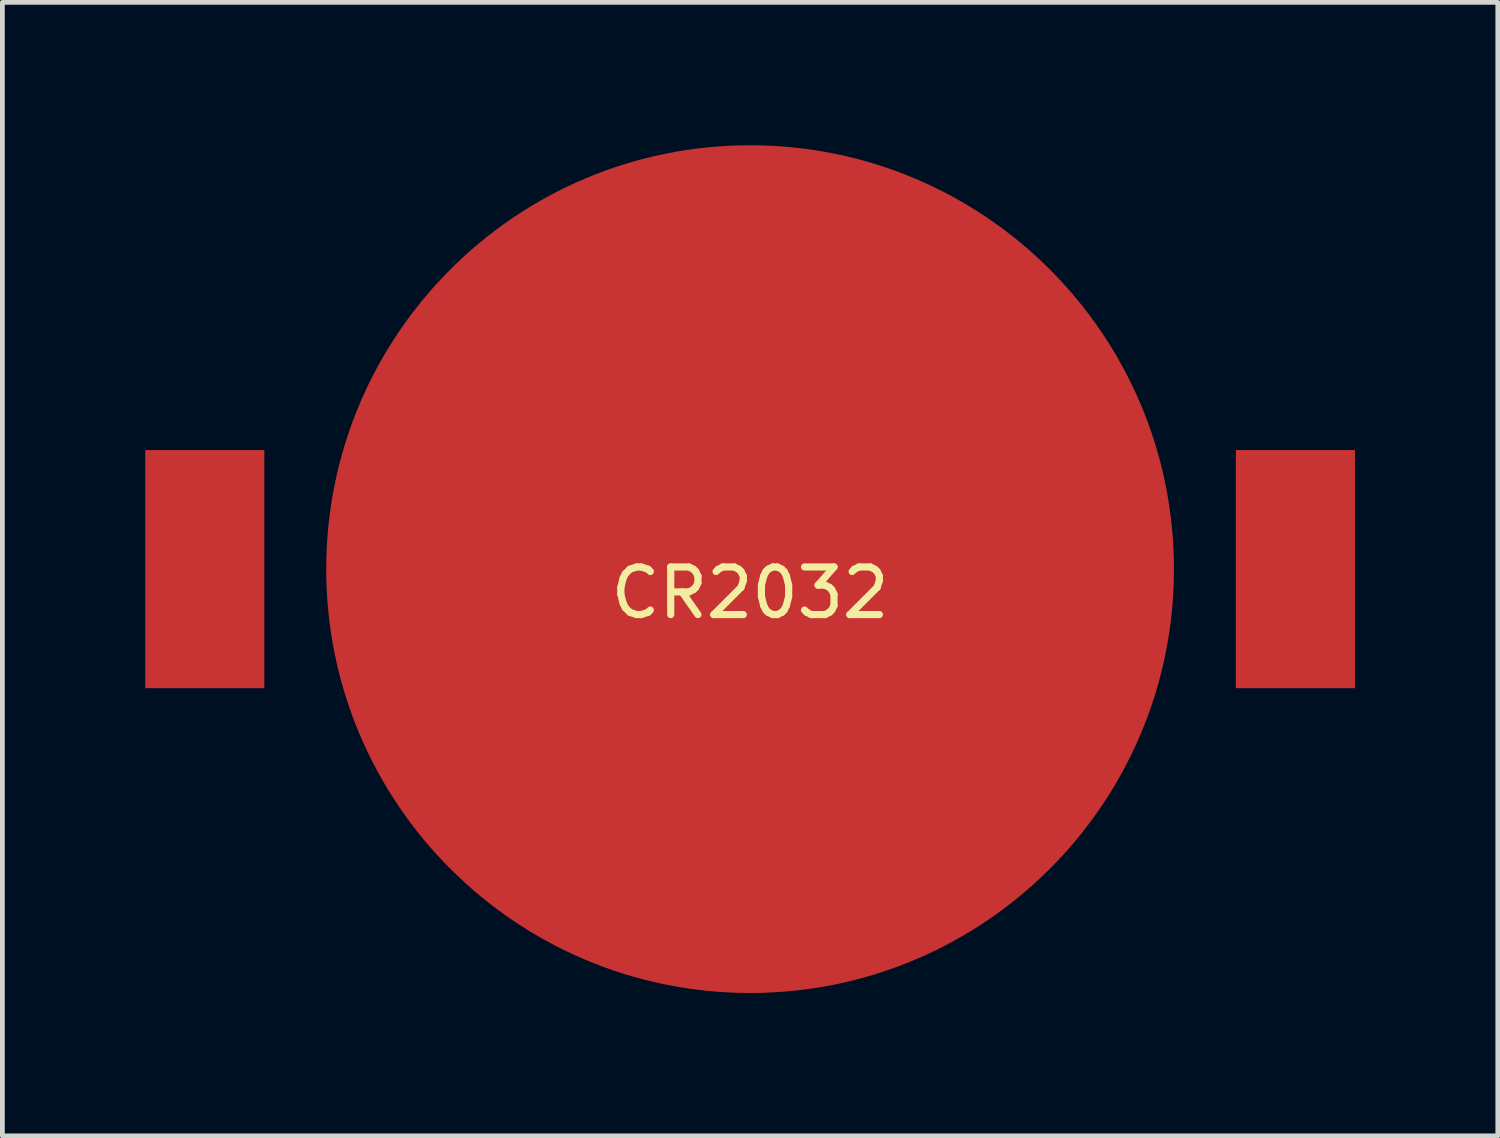
<source format=kicad_pcb>
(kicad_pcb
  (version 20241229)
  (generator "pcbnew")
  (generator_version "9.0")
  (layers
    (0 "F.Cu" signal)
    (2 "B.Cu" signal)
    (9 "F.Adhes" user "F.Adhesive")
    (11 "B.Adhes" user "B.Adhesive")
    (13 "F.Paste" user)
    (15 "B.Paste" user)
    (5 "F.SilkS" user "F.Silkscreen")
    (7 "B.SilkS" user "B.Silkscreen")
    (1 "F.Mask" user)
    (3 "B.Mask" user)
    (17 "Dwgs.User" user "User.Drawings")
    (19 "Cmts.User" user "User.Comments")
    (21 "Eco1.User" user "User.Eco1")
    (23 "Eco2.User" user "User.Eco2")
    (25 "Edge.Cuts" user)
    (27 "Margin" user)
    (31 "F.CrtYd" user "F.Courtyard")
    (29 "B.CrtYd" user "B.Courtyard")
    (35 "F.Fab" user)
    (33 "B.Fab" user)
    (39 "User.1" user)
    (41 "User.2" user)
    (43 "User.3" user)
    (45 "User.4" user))
  (footprint "CR2032"
    (layer "F.Cu")
    (at 12.7 8.9)
    (property "Reference" "CR2032" (at 0 0.5 0) (layer "F.SilkS") (effects (font (size 1 1) (thickness 0.15))))
    (attr through_hole)
    (pad "1" smd rect (at -11.45 0) (size 2.5 5) (layers "F.Cu" "F.Mask" "F.Paste"))
    (pad "1" smd rect (at 11.45 0) (size 2.5 5) (layers "F.Cu" "F.Mask" "F.Paste"))
    (pad "2" smd circle (at 0 0) (size 17.8 17.8) (layers "F.Cu" "F.Mask" "F.Paste")))
  (gr_rect
    (start -3 -3)
    (end 28.4 20.8)
    (stroke (width 0.1) (type default))
    (fill no)
    (layer "Edge.Cuts")))
</source>
